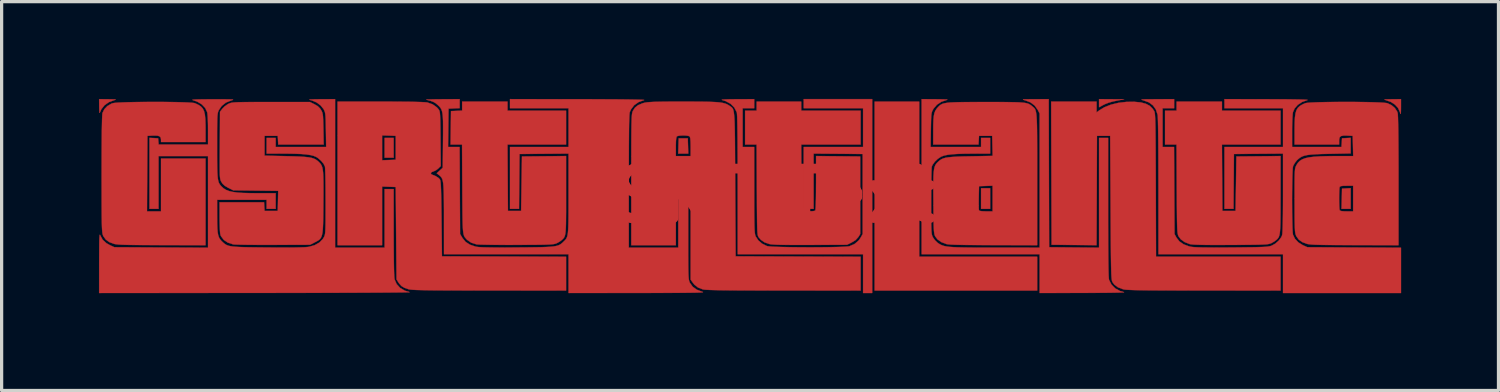
<source format=kicad_pcb>
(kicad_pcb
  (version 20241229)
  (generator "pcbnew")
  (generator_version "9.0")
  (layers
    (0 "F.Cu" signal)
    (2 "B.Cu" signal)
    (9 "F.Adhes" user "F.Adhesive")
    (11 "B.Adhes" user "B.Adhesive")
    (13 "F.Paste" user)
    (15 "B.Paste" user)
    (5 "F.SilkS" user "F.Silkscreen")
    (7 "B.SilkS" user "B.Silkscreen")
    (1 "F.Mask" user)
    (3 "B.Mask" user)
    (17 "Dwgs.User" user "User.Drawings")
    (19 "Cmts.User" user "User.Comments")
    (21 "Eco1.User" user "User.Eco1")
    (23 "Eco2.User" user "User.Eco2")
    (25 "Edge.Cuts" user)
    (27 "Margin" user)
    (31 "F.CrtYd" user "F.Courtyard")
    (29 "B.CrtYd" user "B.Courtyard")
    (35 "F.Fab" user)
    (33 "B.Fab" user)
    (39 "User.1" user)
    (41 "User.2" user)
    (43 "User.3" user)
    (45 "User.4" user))
  (footprint "GSRT Text"
    (layer "F.Cu")
    (at 20.066 2.98)
    (property "Reference" "GSRT Text" (at 0 0 0) (layer "F.Cu") (effects (font (size 1.524 1.524) (thickness 0.3))))
    (attr through_hole)
    (fp_poly (pts (xy -10.984 -1.17) (xy -11.263 -1.17) (xy -11.263 -1.78) (xy -10.984 -1.78) (xy -10.984 -1.17)) (stroke (width 0.01) (type solid)) (fill yes) (layer "F.Cu"))
    (fp_poly (pts (xy 7.399 0.407) (xy 7.119 0.407) (xy 7.119 -0.229) (xy 7.399 -0.229) (xy 7.399 0.407)) (stroke (width 0.01) (type solid)) (fill yes) (layer "F.Cu"))
    (fp_poly (pts (xy -1.912 -1.532) (xy -1.905 -1.297) (xy -2.214 -1.297) (xy -2.207 -1.532) (xy -2.199 -1.767) (xy -1.92 -1.767) (xy -1.912 -1.532)) (stroke (width 0.01) (type solid)) (fill yes) (layer "F.Cu"))
    (fp_poly (pts (xy 5.212 1.881) (xy 8.848 1.881) (xy 8.848 2.924) (xy 3.839 2.924) (xy 3.839 -2.898) (xy 5.212 -2.898) (xy 5.212 1.881)) (stroke (width 0.01) (type solid)) (fill yes) (layer "F.Cu"))
    (fp_poly (pts (xy 18.51 0.407) (xy 18.228 0.407) (xy 18.236 0.095) (xy 18.243 -0.216) (xy 18.376 -0.224) (xy 18.51 -0.231) (xy 18.51 0.407)) (stroke (width 0.01) (type solid)) (fill yes) (layer "F.Cu"))
    (fp_poly (pts (xy 11.143 -2.972) (xy 11.53 -2.97) (xy 11.349 -2.937) (xy 11.18 -2.902) (xy 11.045 -2.864) (xy 10.929 -2.817) (xy 10.863 -2.783) (xy 10.755 -2.724) (xy 10.755 -2.975) (xy 11.143 -2.972)) (stroke (width 0.01) (type solid)) (fill yes) (layer "F.Cu"))
    (fp_poly (pts (xy -19.775 -2.972) (xy -19.655 -2.97) (xy -19.581 -2.967) (xy -19.551 -2.962) (xy -19.559 -2.954) (xy -19.584 -2.947) (xy -19.755 -2.885) (xy -19.893 -2.79) (xy -19.992 -2.665) (xy -20.03 -2.581) (xy -20.042 -2.552) (xy -20.051 -2.556) (xy -20.055 -2.597) (xy -20.058 -2.68) (xy -20.059 -2.74) (xy -20.061 -2.975) (xy -19.775 -2.972)) (stroke (width 0.01) (type solid)) (fill yes) (layer "F.Cu"))
    (fp_poly (pts (xy 20.061 -2.746) (xy 20.06 -2.645) (xy 20.057 -2.567) (xy 20.053 -2.523) (xy 20.051 -2.517) (xy 20.038 -2.539) (xy 20.023 -2.587) (xy 19.969 -2.705) (xy 19.872 -2.809) (xy 19.741 -2.892) (xy 19.585 -2.947) (xy 19.584 -2.947) (xy 19.552 -2.957) (xy 19.557 -2.964) (xy 19.6 -2.968) (xy 19.688 -2.971) (xy 19.775 -2.972) (xy 20.061 -2.975) (xy 20.061 -2.746)) (stroke (width 0.01) (type solid)) (fill yes) (layer "F.Cu"))
    (fp_poly (pts (xy 1.576 -2.619) (xy 3.407 -2.619) (xy 3.407 -1.576) (xy 1.576 -1.576) (xy 1.582 -0.553) (xy 1.589 0.47) (xy 1.79 0.478) (xy 1.905 0.479) (xy 1.977 0.472) (xy 2.011 0.455) (xy 2.012 0.452) (xy 2.017 0.42) (xy 2.022 0.343) (xy 2.026 0.227) (xy 2.03 0.08) (xy 2.032 -0.093) (xy 2.033 -0.285) (xy 2.034 -0.401) (xy 2.034 -1.221) (xy 3.394 -1.208) (xy 3.394 1.182) (xy 3.336 1.276) (xy 3.253 1.368) (xy 3.132 1.442) (xy 2.987 1.513) (xy 1.856 1.518) (xy 1.563 1.518) (xy 1.317 1.518) (xy 1.114 1.517) (xy 0.949 1.515) (xy 0.819 1.511) (xy 0.719 1.505) (xy 0.646 1.499) (xy 0.595 1.49) (xy 0.589 1.489) (xy 0.445 1.438) (xy 0.334 1.361) (xy 0.269 1.287) (xy 0.257 1.27) (xy 0.248 1.251) (xy 0.24 1.225) (xy 0.233 1.188) (xy 0.228 1.135) (xy 0.223 1.063) (xy 0.22 0.967) (xy 0.217 0.844) (xy 0.215 0.688) (xy 0.213 0.497) (xy 0.211 0.265) (xy 0.21 -0.011) (xy 0.209 -0.18) (xy 0.202 -1.576) (xy -0.153 -1.576) (xy -0.153 -2.619) (xy 0.203 -2.619) (xy 0.203 -2.898) (xy 1.576 -2.898) (xy 1.576 -2.619)) (stroke (width 0.01) (type solid)) (fill yes) (layer "F.Cu"))
    (fp_poly (pts (xy 14.543 -2.619) (xy 16.349 -2.619) (xy 16.349 -1.576) (xy 14.543 -1.576) (xy 14.549 -0.553) (xy 14.556 0.47) (xy 14.963 0.47) (xy 14.976 -0.369) (xy 14.988 -1.208) (xy 15.668 -1.214) (xy 16.349 -1.221) (xy 16.349 -0.038) (xy 16.348 0.251) (xy 16.348 0.493) (xy 16.346 0.693) (xy 16.344 0.856) (xy 16.339 0.986) (xy 16.332 1.088) (xy 16.323 1.166) (xy 16.311 1.225) (xy 16.295 1.27) (xy 16.276 1.304) (xy 16.252 1.333) (xy 16.223 1.361) (xy 16.218 1.365) (xy 16.154 1.413) (xy 16.074 1.459) (xy 16.056 1.467) (xy 16.028 1.478) (xy 15.994 1.487) (xy 15.95 1.495) (xy 15.89 1.501) (xy 15.81 1.505) (xy 15.705 1.509) (xy 15.57 1.512) (xy 15.401 1.514) (xy 15.192 1.516) (xy 14.94 1.518) (xy 14.81 1.518) (xy 14.513 1.519) (xy 14.262 1.519) (xy 14.055 1.518) (xy 13.888 1.515) (xy 13.758 1.511) (xy 13.66 1.506) (xy 13.591 1.499) (xy 13.55 1.492) (xy 13.395 1.431) (xy 13.276 1.347) (xy 13.205 1.252) (xy 13.194 1.228) (xy 13.186 1.2) (xy 13.178 1.162) (xy 13.172 1.111) (xy 13.167 1.043) (xy 13.163 0.952) (xy 13.16 0.836) (xy 13.157 0.688) (xy 13.155 0.506) (xy 13.153 0.285) (xy 13.152 0.021) (xy 13.15 -0.21) (xy 13.143 -1.576) (xy 12.789 -1.576) (xy 12.789 -2.619) (xy 13.145 -2.619) (xy 13.145 -2.898) (xy 14.543 -2.898) (xy 14.543 -2.619)) (stroke (width 0.01) (type solid)) (fill yes) (layer "F.Cu"))
    (fp_poly (pts (xy -7.475 -2.619) (xy -5.67 -2.619) (xy -5.67 -1.576) (xy -7.476 -1.576) (xy -7.469 -0.553) (xy -7.462 0.47) (xy -7.056 0.47) (xy -7.043 -0.369) (xy -7.03 -1.208) (xy -5.67 -1.221) (xy -5.67 -0.025) (xy -5.67 0.261) (xy -5.67 0.501) (xy -5.672 0.699) (xy -5.674 0.86) (xy -5.678 0.988) (xy -5.684 1.088) (xy -5.693 1.165) (xy -5.704 1.223) (xy -5.719 1.266) (xy -5.738 1.299) (xy -5.761 1.327) (xy -5.789 1.354) (xy -5.801 1.365) (xy -5.864 1.413) (xy -5.945 1.459) (xy -5.963 1.467) (xy -5.991 1.478) (xy -6.024 1.487) (xy -6.069 1.495) (xy -6.129 1.501) (xy -6.209 1.505) (xy -6.314 1.509) (xy -6.449 1.512) (xy -6.618 1.514) (xy -6.827 1.515) (xy -7.08 1.517) (xy -7.195 1.517) (xy -7.435 1.518) (xy -7.661 1.517) (xy -7.87 1.516) (xy -8.054 1.513) (xy -8.209 1.51) (xy -8.328 1.507) (xy -8.407 1.503) (xy -8.433 1.5) (xy -8.596 1.447) (xy -8.719 1.362) (xy -8.737 1.344) (xy -8.763 1.314) (xy -8.786 1.287) (xy -8.805 1.257) (xy -8.82 1.22) (xy -8.832 1.172) (xy -8.842 1.109) (xy -8.85 1.026) (xy -8.855 0.919) (xy -8.859 0.784) (xy -8.862 0.616) (xy -8.864 0.412) (xy -8.866 0.166) (xy -8.868 -0.125) (xy -8.868 -0.21) (xy -8.876 -1.576) (xy -9.23 -1.576) (xy -9.224 -2.091) (xy -9.217 -2.606) (xy -8.873 -2.621) (xy -8.873 -2.898) (xy -7.475 -2.898) (xy -7.475 -2.619)) (stroke (width 0.01) (type solid)) (fill yes) (layer "F.Cu"))
    (fp_poly (pts (xy 10.679 -2.565) (xy 10.762 -2.629) (xy 10.926 -2.728) (xy 11.127 -2.806) (xy 11.356 -2.861) (xy 11.602 -2.89) (xy 11.848 -2.892) (xy 12.042 -2.873) (xy 12.195 -2.833) (xy 12.314 -2.771) (xy 12.405 -2.681) (xy 12.455 -2.606) (xy 12.462 -2.589) (xy 12.468 -2.565) (xy 12.474 -2.53) (xy 12.479 -2.481) (xy 12.483 -2.415) (xy 12.487 -2.329) (xy 12.49 -2.219) (xy 12.493 -2.082) (xy 12.495 -1.916) (xy 12.497 -1.716) (xy 12.499 -1.48) (xy 12.5 -1.204) (xy 12.502 -0.886) (xy 12.503 -0.521) (xy 12.504 -0.324) (xy 12.511 1.881) (xy 16.349 1.881) (xy 16.349 2.924) (xy 13.99 2.922) (xy 13.579 2.922) (xy 13.216 2.921) (xy 12.898 2.92) (xy 12.622 2.919) (xy 12.384 2.918) (xy 12.182 2.916) (xy 12.012 2.913) (xy 11.873 2.911) (xy 11.759 2.907) (xy 11.67 2.903) (xy 11.6 2.899) (xy 11.549 2.894) (xy 11.512 2.888) (xy 11.496 2.884) (xy 11.341 2.826) (xy 11.229 2.744) (xy 11.168 2.661) (xy 11.16 2.644) (xy 11.153 2.621) (xy 11.147 2.588) (xy 11.142 2.543) (xy 11.137 2.482) (xy 11.133 2.402) (xy 11.13 2.299) (xy 11.127 2.171) (xy 11.124 2.013) (xy 11.121 1.824) (xy 11.119 1.6) (xy 11.117 1.337) (xy 11.115 1.032) (xy 11.113 0.682) (xy 11.111 0.369) (xy 11.098 -1.843) (xy 10.691 -1.843) (xy 10.685 -0.159) (xy 10.678 1.526) (xy 9.986 1.52) (xy 9.293 1.513) (xy 9.286 -0.693) (xy 9.28 -2.898) (xy 10.679 -2.898) (xy 10.679 -2.565)) (stroke (width 0.01) (type solid)) (fill yes) (layer "F.Cu"))
    (fp_poly (pts (xy 3.763 3) (xy 3.483 3) (xy 3.483 1.805) (xy -0.381 1.805) (xy -0.381 -0.339) (xy -0.382 -0.761) (xy -0.382 -1.133) (xy -0.384 -1.458) (xy -0.385 -1.738) (xy -0.388 -1.974) (xy -0.391 -2.168) (xy -0.394 -2.323) (xy -0.398 -2.439) (xy -0.403 -2.518) (xy -0.408 -2.563) (xy -0.41 -2.571) (xy -0.485 -2.716) (xy -0.599 -2.831) (xy -0.75 -2.914) (xy -0.858 -2.947) (xy -0.873 -2.955) (xy -0.844 -2.962) (xy -0.769 -2.966) (xy -0.646 -2.97) (xy -0.474 -2.972) (xy -0.413 -2.972) (xy 0.127 -2.975) (xy 0.127 -2.695) (xy -0.229 -2.695) (xy -0.229 -1.5) (xy 0.127 -1.5) (xy 0.128 -0.172) (xy 0.128 0.124) (xy 0.128 0.373) (xy 0.129 0.58) (xy 0.131 0.749) (xy 0.133 0.885) (xy 0.136 0.992) (xy 0.14 1.074) (xy 0.145 1.136) (xy 0.152 1.183) (xy 0.159 1.218) (xy 0.169 1.245) (xy 0.175 1.26) (xy 0.254 1.379) (xy 0.37 1.479) (xy 0.507 1.547) (xy 0.53 1.555) (xy 0.586 1.563) (xy 0.686 1.571) (xy 0.823 1.577) (xy 0.992 1.582) (xy 1.185 1.586) (xy 1.397 1.589) (xy 1.619 1.591) (xy 1.847 1.592) (xy 2.074 1.591) (xy 2.293 1.589) (xy 2.497 1.586) (xy 2.68 1.582) (xy 2.836 1.577) (xy 2.958 1.57) (xy 3.04 1.563) (xy 3.066 1.557) (xy 3.226 1.486) (xy 3.349 1.379) (xy 3.407 1.296) (xy 3.471 1.182) (xy 3.471 -1.284) (xy 2.714 -1.291) (xy 1.958 -1.297) (xy 1.958 0.407) (xy 1.653 0.407) (xy 1.653 -1.5) (xy 3.483 -1.5) (xy 3.483 -2.695) (xy 1.653 -2.695) (xy 1.653 -2.975) (xy 3.763 -2.975) (xy 3.763 3)) (stroke (width 0.01) (type solid)) (fill yes) (layer "F.Cu"))
    (fp_poly (pts (xy -18.094 -2.889) (xy -17.878 -2.886) (xy -17.676 -2.883) (xy -17.494 -2.878) (xy -17.34 -2.872) (xy -17.22 -2.865) (xy -17.14 -2.856) (xy -17.111 -2.85) (xy -17.008 -2.802) (xy -16.928 -2.751) (xy -16.869 -2.687) (xy -16.828 -2.605) (xy -16.802 -2.498) (xy -16.788 -2.357) (xy -16.782 -2.175) (xy -16.781 -2.079) (xy -16.781 -1.653) (xy -18.154 -1.653) (xy -18.154 -1.726) (xy -18.163 -1.79) (xy -18.197 -1.829) (xy -18.262 -1.849) (xy -18.368 -1.852) (xy -18.399 -1.851) (xy -18.573 -1.843) (xy -18.586 0.483) (xy -18.154 0.483) (xy -18.154 -1.144) (xy -16.781 -1.144) (xy -16.781 1.526) (xy -18.122 1.524) (xy -18.432 1.523) (xy -18.695 1.522) (xy -18.915 1.52) (xy -19.097 1.518) (xy -19.245 1.515) (xy -19.362 1.511) (xy -19.453 1.506) (xy -19.521 1.499) (xy -19.572 1.492) (xy -19.599 1.486) (xy -19.748 1.431) (xy -19.855 1.354) (xy -19.928 1.252) (xy -19.936 1.236) (xy -19.945 1.213) (xy -19.953 1.187) (xy -19.96 1.153) (xy -19.965 1.108) (xy -19.97 1.048) (xy -19.974 0.969) (xy -19.977 0.868) (xy -19.979 0.741) (xy -19.981 0.584) (xy -19.982 0.393) (xy -19.983 0.165) (xy -19.983 -0.104) (xy -19.984 -0.417) (xy -19.984 -0.661) (xy -19.983 -1.059) (xy -19.982 -1.412) (xy -19.98 -1.72) (xy -19.978 -1.98) (xy -19.974 -2.193) (xy -19.97 -2.357) (xy -19.965 -2.473) (xy -19.96 -2.538) (xy -19.957 -2.549) (xy -19.901 -2.663) (xy -19.807 -2.762) (xy -19.686 -2.833) (xy -19.638 -2.85) (xy -19.58 -2.859) (xy -19.478 -2.867) (xy -19.339 -2.874) (xy -19.17 -2.88) (xy -18.977 -2.884) (xy -18.767 -2.887) (xy -18.545 -2.889) (xy -18.319 -2.889) (xy -18.094 -2.889)) (stroke (width 0.01) (type solid)) (fill yes) (layer "F.Cu"))
    (fp_poly (pts (xy -11.058 -2.898) (xy -10.764 -2.896) (xy -10.512 -2.894) (xy -10.302 -2.89) (xy -10.138 -2.885) (xy -10.02 -2.879) (xy -9.951 -2.873) (xy -9.944 -2.871) (xy -9.783 -2.814) (xy -9.652 -2.721) (xy -9.6 -2.661) (xy -9.586 -2.64) (xy -9.574 -2.615) (xy -9.565 -2.581) (xy -9.558 -2.532) (xy -9.553 -2.464) (xy -9.549 -2.37) (xy -9.546 -2.244) (xy -9.543 -2.082) (xy -9.541 -1.877) (xy -9.54 -1.752) (xy -9.533 -0.913) (xy -9.608 -0.838) (xy -9.676 -0.785) (xy -9.748 -0.75) (xy -9.762 -0.747) (xy -9.818 -0.723) (xy -9.839 -0.688) (xy -9.818 -0.656) (xy -9.795 -0.646) (xy -9.69 -0.603) (xy -9.603 -0.547) (xy -9.559 -0.501) (xy -9.55 -0.48) (xy -9.542 -0.444) (xy -9.536 -0.388) (xy -9.53 -0.308) (xy -9.525 -0.201) (xy -9.521 -0.061) (xy -9.517 0.115) (xy -9.514 0.332) (xy -9.51 0.593) (xy -9.509 0.712) (xy -9.496 1.869) (xy -5.67 1.882) (xy -5.67 2.924) (xy -8.028 2.922) (xy -8.44 2.922) (xy -8.804 2.921) (xy -9.124 2.92) (xy -9.401 2.919) (xy -9.64 2.918) (xy -9.843 2.916) (xy -10.013 2.913) (xy -10.153 2.91) (xy -10.266 2.907) (xy -10.355 2.903) (xy -10.424 2.898) (xy -10.474 2.893) (xy -10.51 2.887) (xy -10.52 2.885) (xy -10.649 2.841) (xy -10.742 2.786) (xy -10.813 2.709) (xy -10.837 2.673) (xy -10.895 2.581) (xy -10.908 1.157) (xy -10.92 -0.267) (xy -11.13 -0.274) (xy -11.34 -0.282) (xy -11.34 1.526) (xy -12.713 1.526) (xy -12.713 -1.091) (xy -11.34 -1.091) (xy -10.92 -1.106) (xy -10.92 -1.843) (xy -11.13 -1.851) (xy -11.34 -1.858) (xy -11.34 -1.091) (xy -12.713 -1.091) (xy -12.713 -2.898) (xy -11.392 -2.898) (xy -11.058 -2.898)) (stroke (width 0.01) (type solid)) (fill yes) (layer "F.Cu"))
    (fp_poly (pts (xy -1.772 -2.898) (xy -1.53 -2.897) (xy -1.329 -2.894) (xy -1.165 -2.889) (xy -1.032 -2.882) (xy -0.926 -2.872) (xy -0.841 -2.858) (xy -0.774 -2.841) (xy -0.718 -2.82) (xy -0.67 -2.794) (xy -0.632 -2.769) (xy -0.605 -2.75) (xy -0.58 -2.733) (xy -0.559 -2.715) (xy -0.541 -2.692) (xy -0.525 -2.662) (xy -0.512 -2.621) (xy -0.501 -2.566) (xy -0.492 -2.493) (xy -0.484 -2.4) (xy -0.478 -2.283) (xy -0.474 -2.139) (xy -0.47 -1.966) (xy -0.467 -1.758) (xy -0.465 -1.515) (xy -0.463 -1.231) (xy -0.461 -0.905) (xy -0.459 -0.532) (xy -0.458 -0.343) (xy -0.445 1.869) (xy 3.407 1.882) (xy 3.407 2.924) (xy 1.036 2.922) (xy 0.614 2.922) (xy 0.241 2.921) (xy -0.087 2.92) (xy -0.373 2.919) (xy -0.618 2.917) (xy -0.826 2.915) (xy -1 2.912) (xy -1.142 2.909) (xy -1.254 2.905) (xy -1.34 2.901) (xy -1.403 2.896) (xy -1.444 2.89) (xy -1.458 2.887) (xy -1.603 2.831) (xy -1.714 2.744) (xy -1.773 2.67) (xy -1.831 2.586) (xy -1.831 -0.153) (xy -2.288 -0.153) (xy -2.288 1.526) (xy -3.661 1.526) (xy -3.661 -0.489) (xy -3.661 -0.858) (xy -3.66 -1.179) (xy -3.66 -1.456) (xy -3.66 -1.508) (xy -2.288 -1.508) (xy -2.288 -1.22) (xy -1.831 -1.22) (xy -1.831 -1.508) (xy -1.834 -1.66) (xy -1.842 -1.765) (xy -1.857 -1.82) (xy -1.861 -1.826) (xy -1.904 -1.843) (xy -1.98 -1.853) (xy -2.072 -1.856) (xy -2.161 -1.851) (xy -2.23 -1.839) (xy -2.258 -1.826) (xy -2.274 -1.782) (xy -2.284 -1.689) (xy -2.288 -1.547) (xy -2.288 -1.508) (xy -3.66 -1.508) (xy -3.659 -1.693) (xy -3.658 -1.892) (xy -3.656 -2.058) (xy -3.654 -2.194) (xy -3.651 -2.304) (xy -3.648 -2.39) (xy -3.644 -2.457) (xy -3.639 -2.508) (xy -3.633 -2.545) (xy -3.626 -2.574) (xy -3.618 -2.597) (xy -3.613 -2.609) (xy -3.547 -2.711) (xy -3.452 -2.788) (xy -3.318 -2.845) (xy -3.265 -2.86) (xy -3.218 -2.87) (xy -3.159 -2.878) (xy -3.082 -2.884) (xy -2.982 -2.89) (xy -2.855 -2.893) (xy -2.695 -2.896) (xy -2.498 -2.898) (xy -2.258 -2.898) (xy -2.059 -2.898) (xy -1.772 -2.898)) (stroke (width 0.01) (type solid)) (fill yes) (layer "F.Cu"))
    (fp_poly (pts (xy -13.423 -2.816) (xy -13.321 -2.756) (xy -13.25 -2.685) (xy -13.22 -2.638) (xy -13.198 -2.598) (xy -13.182 -2.557) (xy -13.17 -2.508) (xy -13.162 -2.442) (xy -13.157 -2.352) (xy -13.153 -2.227) (xy -13.149 -2.061) (xy -13.149 -2.053) (xy -13.141 -1.576) (xy -14.541 -1.576) (xy -14.548 -1.71) (xy -14.556 -1.843) (xy -14.963 -1.843) (xy -14.963 -1.233) (xy -14.302 -1.218) (xy -14.067 -1.212) (xy -13.877 -1.205) (xy -13.726 -1.195) (xy -13.607 -1.182) (xy -13.514 -1.165) (xy -13.442 -1.142) (xy -13.383 -1.113) (xy -13.332 -1.076) (xy -13.297 -1.045) (xy -13.26 -1.007) (xy -13.229 -0.97) (xy -13.204 -0.926) (xy -13.184 -0.872) (xy -13.17 -0.803) (xy -13.159 -0.713) (xy -13.153 -0.598) (xy -13.149 -0.451) (xy -13.148 -0.269) (xy -13.148 -0.046) (xy -13.15 0.21) (xy -13.152 0.475) (xy -13.155 0.693) (xy -13.159 0.871) (xy -13.166 1.012) (xy -13.176 1.123) (xy -13.192 1.208) (xy -13.213 1.272) (xy -13.241 1.32) (xy -13.276 1.357) (xy -13.321 1.388) (xy -13.376 1.418) (xy -13.412 1.437) (xy -13.561 1.513) (xy -14.694 1.517) (xy -14.933 1.517) (xy -15.16 1.517) (xy -15.369 1.515) (xy -15.554 1.513) (xy -15.709 1.51) (xy -15.828 1.507) (xy -15.907 1.503) (xy -15.933 1.5) (xy -16.094 1.447) (xy -16.218 1.364) (xy -16.303 1.253) (xy -16.321 1.212) (xy -16.331 1.162) (xy -16.339 1.069) (xy -16.344 0.942) (xy -16.348 0.79) (xy -16.349 0.672) (xy -16.349 0.203) (xy -14.978 0.203) (xy -14.971 0.337) (xy -14.963 0.47) (xy -14.556 0.47) (xy -14.549 0.161) (xy -14.542 -0.148) (xy -15.929 -0.165) (xy -16.082 -0.242) (xy -16.186 -0.303) (xy -16.256 -0.367) (xy -16.291 -0.42) (xy -16.306 -0.446) (xy -16.317 -0.472) (xy -16.326 -0.503) (xy -16.333 -0.545) (xy -16.339 -0.602) (xy -16.342 -0.68) (xy -16.344 -0.783) (xy -16.345 -0.917) (xy -16.345 -1.087) (xy -16.344 -1.297) (xy -16.342 -1.553) (xy -16.342 -1.553) (xy -16.336 -2.585) (xy -16.262 -2.681) (xy -16.192 -2.752) (xy -16.103 -2.815) (xy -16.072 -2.832) (xy -16.043 -2.844) (xy -16.013 -2.855) (xy -15.978 -2.863) (xy -15.932 -2.87) (xy -15.871 -2.875) (xy -15.79 -2.879) (xy -15.685 -2.882) (xy -15.55 -2.884) (xy -15.381 -2.885) (xy -15.174 -2.886) (xy -14.923 -2.886) (xy -14.759 -2.886) (xy -13.564 -2.886) (xy -13.423 -2.816)) (stroke (width 0.01) (type solid)) (fill yes) (layer "F.Cu"))
    (fp_poly (pts (xy 7.547 -2.886) (xy 7.789 -2.885) (xy 7.99 -2.883) (xy 8.154 -2.88) (xy 8.285 -2.876) (xy 8.389 -2.868) (xy 8.47 -2.859) (xy 8.533 -2.846) (xy 8.583 -2.829) (xy 8.624 -2.809) (xy 8.66 -2.784) (xy 8.697 -2.754) (xy 8.7 -2.751) (xy 8.726 -2.729) (xy 8.749 -2.709) (xy 8.769 -2.686) (xy 8.786 -2.658) (xy 8.8 -2.622) (xy 8.812 -2.573) (xy 8.822 -2.508) (xy 8.83 -2.425) (xy 8.836 -2.319) (xy 8.841 -2.188) (xy 8.844 -2.027) (xy 8.846 -1.834) (xy 8.847 -1.605) (xy 8.848 -1.337) (xy 8.848 -1.026) (xy 8.848 -0.67) (xy 8.848 -0.497) (xy 8.848 1.526) (xy 7.507 1.524) (xy 7.177 1.523) (xy 6.896 1.521) (xy 6.66 1.519) (xy 6.466 1.516) (xy 6.312 1.512) (xy 6.194 1.507) (xy 6.111 1.5) (xy 6.059 1.493) (xy 6.05 1.491) (xy 5.895 1.431) (xy 5.777 1.348) (xy 5.704 1.252) (xy 5.692 1.223) (xy 5.682 1.189) (xy 5.674 1.144) (xy 5.667 1.083) (xy 5.662 1) (xy 5.658 0.89) (xy 5.655 0.748) (xy 5.653 0.568) (xy 5.651 0.346) (xy 5.65 0.21) (xy 5.65 0.194) (xy 7.047 0.194) (xy 7.047 0.308) (xy 7.049 0.395) (xy 7.053 0.444) (xy 7.054 0.45) (xy 7.081 0.469) (xy 7.148 0.479) (xy 7.259 0.483) (xy 7.271 0.483) (xy 7.475 0.483) (xy 7.475 -0.307) (xy 7.265 -0.3) (xy 7.056 -0.292) (xy 7.048 0.062) (xy 7.047 0.194) (xy 5.65 0.194) (xy 5.648 -0.057) (xy 5.647 -0.278) (xy 5.649 -0.458) (xy 5.652 -0.603) (xy 5.659 -0.718) (xy 5.67 -0.807) (xy 5.685 -0.875) (xy 5.704 -0.928) (xy 5.73 -0.971) (xy 5.761 -1.009) (xy 5.797 -1.045) (xy 5.845 -1.087) (xy 5.895 -1.121) (xy 5.953 -1.147) (xy 6.026 -1.168) (xy 6.12 -1.183) (xy 6.241 -1.194) (xy 6.395 -1.203) (xy 6.587 -1.209) (xy 6.796 -1.213) (xy 7.477 -1.226) (xy 7.469 -1.535) (xy 7.462 -1.843) (xy 7.056 -1.843) (xy 7.048 -1.71) (xy 7.04 -1.576) (xy 5.644 -1.576) (xy 5.645 -2.002) (xy 5.646 -2.193) (xy 5.652 -2.342) (xy 5.663 -2.456) (xy 5.681 -2.543) (xy 5.708 -2.613) (xy 5.745 -2.672) (xy 5.774 -2.707) (xy 5.81 -2.746) (xy 5.845 -2.78) (xy 5.884 -2.807) (xy 5.931 -2.83) (xy 5.992 -2.847) (xy 6.07 -2.861) (xy 6.169 -2.871) (xy 6.296 -2.877) (xy 6.454 -2.882) (xy 6.647 -2.884) (xy 6.881 -2.885) (xy 7.159 -2.886) (xy 7.259 -2.886) (xy 7.547 -2.886)) (stroke (width 0.01) (type solid)) (fill yes) (layer "F.Cu"))
    (fp_poly (pts (xy 18.617 -2.889) (xy 18.835 -2.886) (xy 19.041 -2.883) (xy 19.227 -2.878) (xy 19.387 -2.872) (xy 19.514 -2.865) (xy 19.603 -2.856) (xy 19.638 -2.85) (xy 19.765 -2.791) (xy 19.871 -2.702) (xy 19.942 -2.592) (xy 19.957 -2.549) (xy 19.963 -2.503) (xy 19.968 -2.405) (xy 19.972 -2.258) (xy 19.976 -2.062) (xy 19.979 -1.817) (xy 19.981 -1.524) (xy 19.983 -1.184) (xy 19.984 -0.796) (xy 19.984 -0.464) (xy 19.984 1.526) (xy 18.643 1.524) (xy 18.333 1.523) (xy 18.07 1.522) (xy 17.85 1.52) (xy 17.668 1.518) (xy 17.52 1.515) (xy 17.403 1.511) (xy 17.312 1.506) (xy 17.244 1.499) (xy 17.193 1.492) (xy 17.166 1.486) (xy 17.018 1.431) (xy 16.91 1.354) (xy 16.837 1.252) (xy 16.829 1.236) (xy 16.817 1.206) (xy 16.807 1.171) (xy 16.799 1.126) (xy 16.793 1.067) (xy 16.789 0.986) (xy 16.786 0.88) (xy 16.783 0.743) (xy 16.782 0.57) (xy 16.782 0.356) (xy 16.781 0.15) (xy 16.781 0.089) (xy 18.154 0.089) (xy 18.155 0.213) (xy 18.158 0.321) (xy 18.163 0.401) (xy 18.169 0.442) (xy 18.169 0.443) (xy 18.188 0.464) (xy 18.231 0.476) (xy 18.307 0.482) (xy 18.385 0.483) (xy 18.586 0.483) (xy 18.586 -0.305) (xy 18.385 -0.305) (xy 18.279 -0.303) (xy 18.214 -0.295) (xy 18.18 -0.28) (xy 18.169 -0.265) (xy 18.163 -0.225) (xy 18.158 -0.145) (xy 18.155 -0.038) (xy 18.154 0.086) (xy 18.154 0.089) (xy 16.781 0.089) (xy 16.781 -0.099) (xy 16.781 -0.302) (xy 16.782 -0.466) (xy 16.784 -0.594) (xy 16.787 -0.692) (xy 16.791 -0.766) (xy 16.797 -0.82) (xy 16.805 -0.861) (xy 16.816 -0.893) (xy 16.829 -0.921) (xy 16.84 -0.942) (xy 16.885 -1.013) (xy 16.941 -1.071) (xy 17.014 -1.117) (xy 17.109 -1.154) (xy 17.23 -1.181) (xy 17.382 -1.199) (xy 17.571 -1.211) (xy 17.802 -1.218) (xy 18.034 -1.22) (xy 18.588 -1.22) (xy 18.58 -1.532) (xy 18.573 -1.843) (xy 18.399 -1.851) (xy 18.285 -1.851) (xy 18.212 -1.837) (xy 18.172 -1.801) (xy 18.156 -1.74) (xy 18.154 -1.688) (xy 18.154 -1.576) (xy 16.781 -1.576) (xy 16.781 -2.04) (xy 16.784 -2.248) (xy 16.792 -2.411) (xy 16.81 -2.537) (xy 16.839 -2.634) (xy 16.883 -2.707) (xy 16.945 -2.764) (xy 17.026 -2.812) (xy 17.111 -2.85) (xy 17.161 -2.859) (xy 17.254 -2.867) (xy 17.386 -2.874) (xy 17.549 -2.88) (xy 17.738 -2.884) (xy 17.945 -2.887) (xy 18.165 -2.889) (xy 18.391 -2.889) (xy 18.617 -2.889)) (stroke (width 0.01) (type solid)) (fill yes) (layer "F.Cu"))
    (fp_poly (pts (xy 9.21 -0.693) (xy 9.217 1.589) (xy 9.986 1.596) (xy 10.755 1.603) (xy 10.755 -1.78) (xy 11.035 -1.78) (xy 11.035 0.365) (xy 11.035 0.786) (xy 11.036 1.159) (xy 11.037 1.484) (xy 11.039 1.763) (xy 11.041 1.999) (xy 11.044 2.194) (xy 11.047 2.348) (xy 11.051 2.464) (xy 11.056 2.544) (xy 11.062 2.589) (xy 11.064 2.596) (xy 11.138 2.741) (xy 11.251 2.856) (xy 11.4 2.938) (xy 11.526 2.974) (xy 11.524 2.978) (xy 11.473 2.982) (xy 11.379 2.986) (xy 11.244 2.989) (xy 11.072 2.992) (xy 10.866 2.994) (xy 10.63 2.996) (xy 10.367 2.997) (xy 10.278 2.997) (xy 8.924 3) (xy 8.924 1.805) (xy 5.288 1.805) (xy 5.288 -2.975) (xy 5.727 -2.972) (xy 5.886 -2.97) (xy 5.997 -2.967) (xy 6.061 -2.963) (xy 6.083 -2.957) (xy 6.064 -2.949) (xy 6.055 -2.947) (xy 5.895 -2.894) (xy 5.758 -2.803) (xy 5.656 -2.683) (xy 5.651 -2.675) (xy 5.628 -2.634) (xy 5.61 -2.596) (xy 5.597 -2.553) (xy 5.588 -2.498) (xy 5.582 -2.422) (xy 5.578 -2.318) (xy 5.575 -2.178) (xy 5.572 -2.028) (xy 5.564 -1.5) (xy 7.119 -1.5) (xy 7.119 -1.78) (xy 7.399 -1.78) (xy 7.399 -1.297) (xy 6.871 -1.296) (xy 6.614 -1.294) (xy 6.403 -1.287) (xy 6.232 -1.276) (xy 6.095 -1.26) (xy 5.987 -1.238) (xy 5.904 -1.209) (xy 5.878 -1.197) (xy 5.782 -1.133) (xy 5.694 -1.047) (xy 5.627 -0.956) (xy 5.6 -0.896) (xy 5.596 -0.856) (xy 5.592 -0.77) (xy 5.589 -0.646) (xy 5.586 -0.489) (xy 5.583 -0.305) (xy 5.582 -0.099) (xy 5.581 0.122) (xy 5.581 0.178) (xy 5.581 0.43) (xy 5.581 0.637) (xy 5.582 0.803) (xy 5.584 0.934) (xy 5.587 1.035) (xy 5.591 1.111) (xy 5.597 1.167) (xy 5.605 1.208) (xy 5.615 1.24) (xy 5.627 1.268) (xy 5.639 1.29) (xy 5.698 1.374) (xy 5.775 1.449) (xy 5.797 1.465) (xy 5.842 1.493) (xy 5.886 1.517) (xy 5.936 1.537) (xy 5.994 1.554) (xy 6.065 1.567) (xy 6.154 1.578) (xy 6.264 1.586) (xy 6.4 1.592) (xy 6.567 1.596) (xy 6.768 1.599) (xy 7.008 1.601) (xy 7.291 1.601) (xy 7.558 1.601) (xy 8.924 1.602) (xy 8.924 -2.532) (xy 8.867 -2.644) (xy 8.771 -2.778) (xy 8.639 -2.877) (xy 8.492 -2.934) (xy 8.442 -2.948) (xy 8.414 -2.958) (xy 8.413 -2.964) (xy 8.443 -2.969) (xy 8.51 -2.971) (xy 8.617 -2.972) (xy 8.77 -2.973) (xy 8.778 -2.973) (xy 9.204 -2.975) (xy 9.21 -0.693)) (stroke (width 0.01) (type solid)) (fill yes) (layer "F.Cu"))
    (fp_poly (pts (xy 15.948 -2.972) (xy 16.249 -2.971) (xy 16.511 -2.97) (xy 16.734 -2.967) (xy 16.913 -2.964) (xy 17.05 -2.96) (xy 17.14 -2.956) (xy 17.183 -2.951) (xy 17.181 -2.947) (xy 17.014 -2.888) (xy 16.879 -2.799) (xy 16.781 -2.686) (xy 16.731 -2.574) (xy 16.723 -2.518) (xy 16.716 -2.422) (xy 16.71 -2.295) (xy 16.706 -2.147) (xy 16.705 -1.99) (xy 16.705 -1.5) (xy 18.227 -1.5) (xy 18.235 -1.634) (xy 18.243 -1.767) (xy 18.376 -1.775) (xy 18.51 -1.782) (xy 18.51 -1.303) (xy 17.868 -1.29) (xy 17.635 -1.285) (xy 17.446 -1.277) (xy 17.296 -1.267) (xy 17.177 -1.253) (xy 17.084 -1.233) (xy 17.01 -1.206) (xy 16.948 -1.171) (xy 16.893 -1.127) (xy 16.857 -1.094) (xy 16.795 -1.018) (xy 16.746 -0.935) (xy 16.732 -0.898) (xy 16.725 -0.846) (xy 16.719 -0.751) (xy 16.714 -0.619) (xy 16.71 -0.457) (xy 16.707 -0.274) (xy 16.705 -0.075) (xy 16.704 0.131) (xy 16.705 0.338) (xy 16.706 0.539) (xy 16.709 0.726) (xy 16.713 0.893) (xy 16.717 1.031) (xy 16.723 1.134) (xy 16.73 1.195) (xy 16.731 1.202) (xy 16.792 1.328) (xy 16.895 1.439) (xy 17.033 1.525) (xy 17.041 1.529) (xy 17.175 1.589) (xy 18.618 1.597) (xy 20.061 1.604) (xy 20.061 3) (xy 16.425 3) (xy 16.425 1.805) (xy 12.586 1.805) (xy 12.586 -0.276) (xy 12.585 -0.675) (xy 12.584 -1.04) (xy 12.583 -1.369) (xy 12.581 -1.661) (xy 12.578 -1.912) (xy 12.575 -2.122) (xy 12.571 -2.288) (xy 12.567 -2.407) (xy 12.562 -2.479) (xy 12.56 -2.494) (xy 12.507 -2.655) (xy 12.417 -2.782) (xy 12.289 -2.877) (xy 12.121 -2.938) (xy 12.121 -2.938) (xy 12.081 -2.949) (xy 12.063 -2.957) (xy 12.072 -2.963) (xy 12.113 -2.967) (xy 12.189 -2.97) (xy 12.305 -2.971) (xy 12.466 -2.972) (xy 12.528 -2.973) (xy 13.069 -2.975) (xy 13.069 -2.695) (xy 12.713 -2.695) (xy 12.713 -1.5) (xy 13.067 -1.5) (xy 13.074 -0.159) (xy 13.081 1.182) (xy 13.14 1.292) (xy 13.231 1.409) (xy 13.362 1.5) (xy 13.528 1.562) (xy 13.598 1.577) (xy 13.67 1.585) (xy 13.781 1.591) (xy 13.933 1.596) (xy 14.128 1.598) (xy 14.368 1.599) (xy 14.656 1.598) (xy 14.861 1.597) (xy 15.13 1.594) (xy 15.354 1.591) (xy 15.536 1.589) (xy 15.682 1.585) (xy 15.797 1.581) (xy 15.886 1.576) (xy 15.953 1.569) (xy 16.004 1.561) (xy 16.043 1.552) (xy 16.071 1.543) (xy 16.185 1.48) (xy 16.289 1.389) (xy 16.368 1.285) (xy 16.396 1.223) (xy 16.404 1.177) (xy 16.41 1.09) (xy 16.415 0.959) (xy 16.419 0.783) (xy 16.422 0.561) (xy 16.424 0.291) (xy 16.425 -0.029) (xy 16.425 -0.08) (xy 16.425 -1.297) (xy 15.668 -1.291) (xy 14.912 -1.284) (xy 14.905 -0.439) (xy 14.899 0.407) (xy 14.62 0.407) (xy 14.62 -1.5) (xy 16.425 -1.5) (xy 16.425 -2.695) (xy 14.62 -2.695) (xy 14.62 -2.975) (xy 15.948 -2.972)) (stroke (width 0.01) (type solid)) (fill yes) (layer "F.Cu"))
    (fp_poly (pts (xy -5.282 -2.972) (xy -4.909 -2.972) (xy -4.569 -2.97) (xy -4.263 -2.969) (xy -3.994 -2.967) (xy -3.764 -2.964) (xy -3.574 -2.961) (xy -3.427 -2.958) (xy -3.324 -2.955) (xy -3.268 -2.951) (xy -3.261 -2.947) (xy -3.434 -2.885) (xy -3.571 -2.789) (xy -3.669 -2.661) (xy -3.709 -2.571) (xy -3.714 -2.535) (xy -3.72 -2.466) (xy -3.724 -2.36) (xy -3.728 -2.216) (xy -3.731 -2.033) (xy -3.733 -1.807) (xy -3.735 -1.538) (xy -3.736 -1.224) (xy -3.737 -0.862) (xy -3.738 -0.452) (xy -3.738 1.602) (xy -2.212 1.602) (xy -2.212 -0.076) (xy -1.907 -0.076) (xy -1.907 1.251) (xy -1.907 1.544) (xy -1.907 1.792) (xy -1.906 1.997) (xy -1.905 2.165) (xy -1.903 2.299) (xy -1.9 2.405) (xy -1.896 2.486) (xy -1.891 2.548) (xy -1.885 2.594) (xy -1.877 2.628) (xy -1.868 2.656) (xy -1.856 2.682) (xy -1.853 2.689) (xy -1.768 2.807) (xy -1.643 2.898) (xy -1.481 2.96) (xy -1.468 2.964) (xy -1.451 2.969) (xy -1.452 2.975) (xy -1.474 2.979) (xy -1.52 2.983) (xy -1.592 2.986) (xy -1.694 2.989) (xy -1.827 2.991) (xy -1.995 2.993) (xy -2.2 2.995) (xy -2.445 2.996) (xy -2.732 2.997) (xy -3.065 2.998) (xy -3.446 2.998) (xy -3.464 2.998) (xy -5.594 3) (xy -5.594 1.805) (xy -9.433 1.805) (xy -9.434 0.718) (xy -9.434 0.435) (xy -9.436 0.199) (xy -9.438 0.003) (xy -9.442 -0.155) (xy -9.448 -0.28) (xy -9.457 -0.378) (xy -9.469 -0.453) (xy -9.485 -0.51) (xy -9.506 -0.552) (xy -9.53 -0.585) (xy -9.561 -0.614) (xy -9.582 -0.631) (xy -9.657 -0.69) (xy -9.564 -0.775) (xy -9.471 -0.86) (xy -9.463 -1.682) (xy -9.461 -1.929) (xy -9.461 -2.13) (xy -9.462 -2.291) (xy -9.468 -2.418) (xy -9.477 -2.517) (xy -9.491 -2.593) (xy -9.51 -2.652) (xy -9.536 -2.7) (xy -9.57 -2.741) (xy -9.611 -2.782) (xy -9.626 -2.796) (xy -9.693 -2.852) (xy -9.764 -2.892) (xy -9.853 -2.925) (xy -9.977 -2.957) (xy -9.979 -2.957) (xy -9.971 -2.961) (xy -9.917 -2.964) (xy -9.826 -2.967) (xy -9.704 -2.97) (xy -9.556 -2.971) (xy -9.49 -2.972) (xy -8.95 -2.975) (xy -8.95 -2.697) (xy -9.121 -2.69) (xy -9.293 -2.682) (xy -9.307 -1.5) (xy -8.952 -1.5) (xy -8.945 -0.159) (xy -8.937 1.182) (xy -8.866 1.302) (xy -8.769 1.423) (xy -8.634 1.511) (xy -8.462 1.569) (xy -8.429 1.576) (xy -8.36 1.584) (xy -8.25 1.591) (xy -8.095 1.595) (xy -7.896 1.598) (xy -7.65 1.599) (xy -7.355 1.598) (xy -7.17 1.596) (xy -6.885 1.594) (xy -6.647 1.591) (xy -6.45 1.588) (xy -6.289 1.582) (xy -6.16 1.575) (xy -6.058 1.565) (xy -5.978 1.551) (xy -5.915 1.534) (xy -5.865 1.512) (xy -5.823 1.485) (xy -5.783 1.452) (xy -5.746 1.416) (xy -5.712 1.383) (xy -5.684 1.352) (xy -5.661 1.318) (xy -5.642 1.278) (xy -5.627 1.225) (xy -5.615 1.157) (xy -5.607 1.068) (xy -5.601 0.954) (xy -5.597 0.81) (xy -5.595 0.633) (xy -5.594 0.417) (xy -5.594 0.157) (xy -5.594 -0.063) (xy -5.594 -1.297) (xy -6.35 -1.291) (xy -7.106 -1.284) (xy -7.113 -0.439) (xy -7.12 0.407) (xy -7.399 0.407) (xy -7.399 -1.5) (xy -5.594 -1.5) (xy -5.594 -2.695) (xy -7.399 -2.695) (xy -7.399 -2.975) (xy -5.282 -2.972)) (stroke (width 0.01) (type solid)) (fill yes) (layer "F.Cu"))
    (fp_poly (pts (xy -12.789 1.602) (xy -11.263 1.602) (xy -11.263 -0.203) (xy -10.984 -0.203) (xy -10.984 1.138) (xy -10.983 1.494) (xy -10.981 1.8) (xy -10.978 2.056) (xy -10.974 2.263) (xy -10.969 2.419) (xy -10.963 2.525) (xy -10.956 2.58) (xy -10.956 2.581) (xy -10.891 2.726) (xy -10.786 2.842) (xy -10.644 2.927) (xy -10.492 2.974) (xy -10.506 2.976) (xy -10.569 2.978) (xy -10.677 2.98) (xy -10.83 2.982) (xy -11.023 2.984) (xy -11.256 2.986) (xy -11.525 2.988) (xy -11.828 2.989) (xy -12.163 2.991) (xy -12.527 2.992) (xy -12.917 2.994) (xy -13.333 2.995) (xy -13.77 2.996) (xy -14.227 2.996) (xy -14.702 2.997) (xy -15.191 2.997) (xy -15.223 2.997) (xy -20.061 3) (xy -20.06 2.066) (xy -20.059 1.823) (xy -20.058 1.628) (xy -20.057 1.475) (xy -20.055 1.36) (xy -20.051 1.28) (xy -20.047 1.23) (xy -20.042 1.207) (xy -20.035 1.206) (xy -20.026 1.223) (xy -20.023 1.23) (xy -19.952 1.359) (xy -19.838 1.464) (xy -19.721 1.53) (xy -19.59 1.589) (xy -18.147 1.597) (xy -16.705 1.604) (xy -16.705 -1.22) (xy -18.23 -1.22) (xy -18.23 0.407) (xy -18.51 0.407) (xy -18.51 -1.782) (xy -18.376 -1.775) (xy -18.243 -1.767) (xy -18.235 -1.672) (xy -18.227 -1.576) (xy -16.705 -1.576) (xy -16.705 -2.028) (xy -16.706 -2.181) (xy -16.71 -2.324) (xy -16.716 -2.445) (xy -16.724 -2.533) (xy -16.731 -2.574) (xy -16.793 -2.704) (xy -16.897 -2.814) (xy -17.038 -2.899) (xy -17.181 -2.947) (xy -17.189 -2.954) (xy -17.147 -2.96) (xy -17.054 -2.965) (xy -16.912 -2.968) (xy -16.719 -2.97) (xy -16.565 -2.971) (xy -16.357 -2.971) (xy -16.197 -2.97) (xy -16.078 -2.969) (xy -15.997 -2.967) (xy -15.95 -2.963) (xy -15.931 -2.958) (xy -15.938 -2.951) (xy -15.964 -2.942) (xy -15.993 -2.934) (xy -16.156 -2.867) (xy -16.284 -2.765) (xy -16.368 -2.644) (xy -16.382 -2.614) (xy -16.394 -2.585) (xy -16.403 -2.55) (xy -16.41 -2.504) (xy -16.416 -2.443) (xy -16.42 -2.361) (xy -16.422 -2.252) (xy -16.424 -2.112) (xy -16.425 -1.935) (xy -16.425 -1.716) (xy -16.425 -1.532) (xy -16.425 -1.266) (xy -16.424 -1.045) (xy -16.422 -0.866) (xy -16.418 -0.722) (xy -16.411 -0.608) (xy -16.402 -0.52) (xy -16.389 -0.453) (xy -16.373 -0.401) (xy -16.351 -0.359) (xy -16.325 -0.323) (xy -16.293 -0.287) (xy -16.29 -0.284) (xy -16.227 -0.226) (xy -16.152 -0.179) (xy -16.061 -0.143) (xy -15.947 -0.116) (xy -15.805 -0.096) (xy -15.629 -0.084) (xy -15.412 -0.078) (xy -15.187 -0.076) (xy -14.62 -0.076) (xy -14.62 0.407) (xy -14.899 0.407) (xy -14.899 0.127) (xy -16.425 0.127) (xy -16.424 0.642) (xy -16.423 0.842) (xy -16.418 0.998) (xy -16.409 1.119) (xy -16.393 1.212) (xy -16.369 1.284) (xy -16.335 1.343) (xy -16.29 1.396) (xy -16.256 1.429) (xy -16.216 1.465) (xy -16.177 1.495) (xy -16.134 1.52) (xy -16.083 1.54) (xy -16.017 1.556) (xy -15.933 1.568) (xy -15.826 1.577) (xy -15.691 1.584) (xy -15.523 1.589) (xy -15.317 1.592) (xy -15.069 1.595) (xy -14.861 1.597) (xy -14.542 1.599) (xy -14.272 1.599) (xy -14.049 1.598) (xy -13.87 1.594) (xy -13.733 1.589) (xy -13.637 1.582) (xy -13.598 1.577) (xy -13.42 1.527) (xy -13.275 1.446) (xy -13.169 1.338) (xy -13.14 1.292) (xy -13.125 1.263) (xy -13.113 1.235) (xy -13.104 1.202) (xy -13.096 1.158) (xy -13.091 1.099) (xy -13.087 1.019) (xy -13.084 0.913) (xy -13.082 0.776) (xy -13.082 0.603) (xy -13.081 0.389) (xy -13.081 0.178) (xy -13.082 -0.046) (xy -13.083 -0.256) (xy -13.085 -0.446) (xy -13.088 -0.61) (xy -13.092 -0.743) (xy -13.096 -0.839) (xy -13.1 -0.89) (xy -13.101 -0.896) (xy -13.143 -0.982) (xy -13.218 -1.073) (xy -13.31 -1.154) (xy -13.378 -1.197) (xy -13.454 -1.228) (xy -13.552 -1.252) (xy -13.678 -1.271) (xy -13.836 -1.284) (xy -14.032 -1.292) (xy -14.271 -1.296) (xy -14.372 -1.296) (xy -14.899 -1.297) (xy -14.899 -1.78) (xy -14.62 -1.78) (xy -14.62 -1.5) (xy -13.064 -1.5) (xy -13.073 -2.028) (xy -13.076 -2.205) (xy -13.079 -2.34) (xy -13.084 -2.439) (xy -13.091 -2.512) (xy -13.1 -2.565) (xy -13.114 -2.607) (xy -13.132 -2.646) (xy -13.145 -2.669) (xy -13.234 -2.781) (xy -13.358 -2.873) (xy -13.503 -2.935) (xy -13.553 -2.947) (xy -13.582 -2.955) (xy -13.573 -2.962) (xy -13.523 -2.966) (xy -13.429 -2.97) (xy -13.288 -2.972) (xy -13.228 -2.972) (xy -12.789 -2.975) (xy -12.789 1.602)) (stroke (width 0.01) (type solid)) (fill yes) (layer "F.Cu")))
  (gr_rect
    (start -3 -3)
    (end 43.131 8.985)
    (stroke (width 0.1) (type default))
    (fill no)
    (layer "Edge.Cuts")))
</source>
